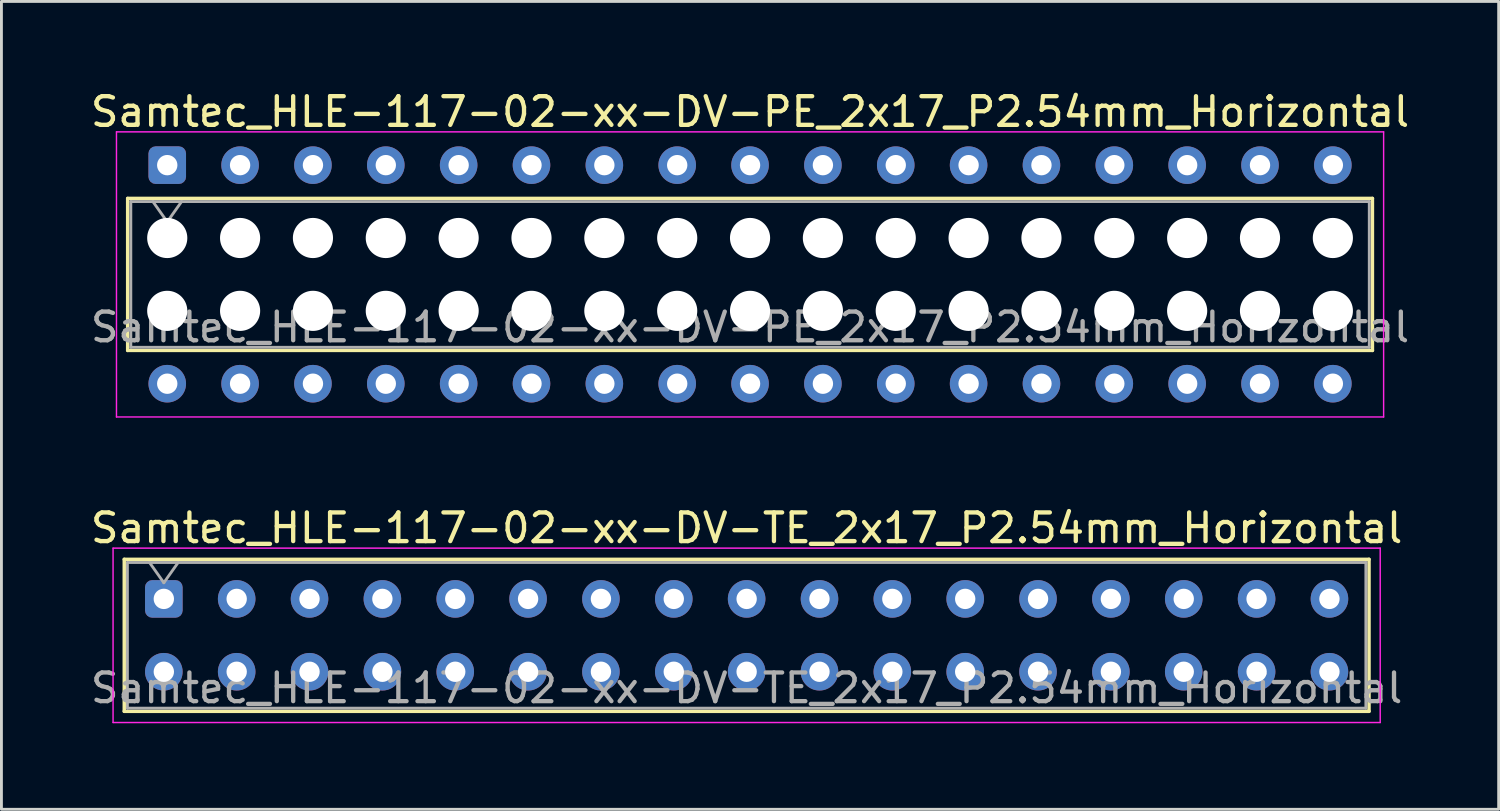
<source format=kicad_pcb>
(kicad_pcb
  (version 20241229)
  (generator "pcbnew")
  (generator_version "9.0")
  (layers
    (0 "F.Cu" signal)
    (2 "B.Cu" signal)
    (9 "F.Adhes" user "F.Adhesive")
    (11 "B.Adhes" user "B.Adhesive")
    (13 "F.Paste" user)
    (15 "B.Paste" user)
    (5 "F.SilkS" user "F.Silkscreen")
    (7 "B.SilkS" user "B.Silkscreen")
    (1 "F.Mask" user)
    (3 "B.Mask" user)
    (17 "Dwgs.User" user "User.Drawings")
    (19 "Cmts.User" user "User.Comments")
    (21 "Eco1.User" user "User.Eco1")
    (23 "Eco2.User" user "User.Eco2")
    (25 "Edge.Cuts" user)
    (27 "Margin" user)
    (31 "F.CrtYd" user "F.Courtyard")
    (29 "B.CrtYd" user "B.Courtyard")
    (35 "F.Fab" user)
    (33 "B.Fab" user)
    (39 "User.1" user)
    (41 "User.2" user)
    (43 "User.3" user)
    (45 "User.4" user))
  (footprint "Samtec_HLE-117-02-xx-DV-TE_2x17_P2.54mm_Horizontal"
    (layer "F.Cu")
    (at 2.662 17.831)
    (property "Reference" "Samtec_HLE-117-02-xx-DV-TE_2x17_P2.54mm_Horizontal" (at 20.32 -2.47 0) (layer "F.SilkS") (effects (font (size 1 1) (thickness 0.15))))
    (attr through_hole)
    (fp_line (start -1.38 -1.38) (end 42.02 -1.38) (stroke (width 0.12) (type solid)) (layer "F.SilkS"))
    (fp_line (start -1.38 3.92) (end -1.38 -1.38) (stroke (width 0.12) (type solid)) (layer "F.SilkS"))
    (fp_line (start 42.02 -1.38) (end 42.02 3.92) (stroke (width 0.12) (type solid)) (layer "F.SilkS"))
    (fp_line (start 42.02 3.92) (end -1.38 3.92) (stroke (width 0.12) (type solid)) (layer "F.SilkS"))
    (fp_line (start -1.77 -1.77) (end 42.41 -1.77) (stroke (width 0.05) (type solid)) (layer "F.CrtYd"))
    (fp_line (start -1.77 4.31) (end -1.77 -1.77) (stroke (width 0.05) (type solid)) (layer "F.CrtYd"))
    (fp_line (start 42.41 -1.77) (end 42.41 4.31) (stroke (width 0.05) (type solid)) (layer "F.CrtYd"))
    (fp_line (start 42.41 4.31) (end -1.77 4.31) (stroke (width 0.05) (type solid)) (layer "F.CrtYd"))
    (fp_line (start -1.27 -1.27) (end 41.91 -1.27) (stroke (width 0.1) (type solid)) (layer "F.Fab"))
    (fp_line (start -1.27 3.81) (end -1.27 -1.27) (stroke (width 0.1) (type solid)) (layer "F.Fab"))
    (fp_line (start -0.5 -1.27) (end 0 -0.563) (stroke (width 0.1) (type solid)) (layer "F.Fab"))
    (fp_line (start 0 -0.563) (end 0.5 -1.27) (stroke (width 0.1) (type solid)) (layer "F.Fab"))
    (fp_line (start 41.91 -1.27) (end 41.91 3.81) (stroke (width 0.1) (type solid)) (layer "F.Fab"))
    (fp_line (start 41.91 3.81) (end -1.27 3.81) (stroke (width 0.1) (type solid)) (layer "F.Fab"))
    (fp_text user "${REFERENCE}" (at 20.32 3.11 0) (layer "F.Fab") (effects (font (size 1 1) (thickness 0.15))))
    (pad "1" thru_hole roundrect (at 0 0) (size 1.31 1.31) (drill 0.71) (layers "*.Cu" "*.Mask") (roundrect_rratio 0.191))
    (pad "2" thru_hole circle (at 0 2.54) (size 1.31 1.31) (drill 0.71) (layers "*.Cu" "*.Mask"))
    (pad "3" thru_hole circle (at 2.54 0) (size 1.31 1.31) (drill 0.71) (layers "*.Cu" "*.Mask"))
    (pad "4" thru_hole circle (at 2.54 2.54) (size 1.31 1.31) (drill 0.71) (layers "*.Cu" "*.Mask"))
    (pad "5" thru_hole circle (at 5.08 0) (size 1.31 1.31) (drill 0.71) (layers "*.Cu" "*.Mask"))
    (pad "6" thru_hole circle (at 5.08 2.54) (size 1.31 1.31) (drill 0.71) (layers "*.Cu" "*.Mask"))
    (pad "7" thru_hole circle (at 7.62 0) (size 1.31 1.31) (drill 0.71) (layers "*.Cu" "*.Mask"))
    (pad "8" thru_hole circle (at 7.62 2.54) (size 1.31 1.31) (drill 0.71) (layers "*.Cu" "*.Mask"))
    (pad "9" thru_hole circle (at 10.16 0) (size 1.31 1.31) (drill 0.71) (layers "*.Cu" "*.Mask"))
    (pad "10" thru_hole circle (at 10.16 2.54) (size 1.31 1.31) (drill 0.71) (layers "*.Cu" "*.Mask"))
    (pad "11" thru_hole circle (at 12.7 0) (size 1.31 1.31) (drill 0.71) (layers "*.Cu" "*.Mask"))
    (pad "12" thru_hole circle (at 12.7 2.54) (size 1.31 1.31) (drill 0.71) (layers "*.Cu" "*.Mask"))
    (pad "13" thru_hole circle (at 15.24 0) (size 1.31 1.31) (drill 0.71) (layers "*.Cu" "*.Mask"))
    (pad "14" thru_hole circle (at 15.24 2.54) (size 1.31 1.31) (drill 0.71) (layers "*.Cu" "*.Mask"))
    (pad "15" thru_hole circle (at 17.78 0) (size 1.31 1.31) (drill 0.71) (layers "*.Cu" "*.Mask"))
    (pad "16" thru_hole circle (at 17.78 2.54) (size 1.31 1.31) (drill 0.71) (layers "*.Cu" "*.Mask"))
    (pad "17" thru_hole circle (at 20.32 0) (size 1.31 1.31) (drill 0.71) (layers "*.Cu" "*.Mask"))
    (pad "18" thru_hole circle (at 20.32 2.54) (size 1.31 1.31) (drill 0.71) (layers "*.Cu" "*.Mask"))
    (pad "19" thru_hole circle (at 22.86 0) (size 1.31 1.31) (drill 0.71) (layers "*.Cu" "*.Mask"))
    (pad "20" thru_hole circle (at 22.86 2.54) (size 1.31 1.31) (drill 0.71) (layers "*.Cu" "*.Mask"))
    (pad "21" thru_hole circle (at 25.4 0) (size 1.31 1.31) (drill 0.71) (layers "*.Cu" "*.Mask"))
    (pad "22" thru_hole circle (at 25.4 2.54) (size 1.31 1.31) (drill 0.71) (layers "*.Cu" "*.Mask"))
    (pad "23" thru_hole circle (at 27.94 0) (size 1.31 1.31) (drill 0.71) (layers "*.Cu" "*.Mask"))
    (pad "24" thru_hole circle (at 27.94 2.54) (size 1.31 1.31) (drill 0.71) (layers "*.Cu" "*.Mask"))
    (pad "25" thru_hole circle (at 30.48 0) (size 1.31 1.31) (drill 0.71) (layers "*.Cu" "*.Mask"))
    (pad "26" thru_hole circle (at 30.48 2.54) (size 1.31 1.31) (drill 0.71) (layers "*.Cu" "*.Mask"))
    (pad "27" thru_hole circle (at 33.02 0) (size 1.31 1.31) (drill 0.71) (layers "*.Cu" "*.Mask"))
    (pad "28" thru_hole circle (at 33.02 2.54) (size 1.31 1.31) (drill 0.71) (layers "*.Cu" "*.Mask"))
    (pad "29" thru_hole circle (at 35.56 0) (size 1.31 1.31) (drill 0.71) (layers "*.Cu" "*.Mask"))
    (pad "30" thru_hole circle (at 35.56 2.54) (size 1.31 1.31) (drill 0.71) (layers "*.Cu" "*.Mask"))
    (pad "31" thru_hole circle (at 38.1 0) (size 1.31 1.31) (drill 0.71) (layers "*.Cu" "*.Mask"))
    (pad "32" thru_hole circle (at 38.1 2.54) (size 1.31 1.31) (drill 0.71) (layers "*.Cu" "*.Mask"))
    (pad "33" thru_hole circle (at 40.64 0) (size 1.31 1.31) (drill 0.71) (layers "*.Cu" "*.Mask"))
    (pad "34" thru_hole circle (at 40.64 2.54) (size 1.31 1.31) (drill 0.71) (layers "*.Cu" "*.Mask")))
  (footprint "Samtec_HLE-117-02-xx-DV-PE_2x17_P2.54mm_Horizontal"
    (layer "F.Cu")
    (at 2.781 2.708)
    (property "Reference" "Samtec_HLE-117-02-xx-DV-PE_2x17_P2.54mm_Horizontal" (at 20.32 -1.86 0) (layer "F.SilkS") (effects (font (size 1 1) (thickness 0.15))))
    (attr through_hole)
    (fp_line (start -1.38 1.16) (end 42.02 1.16) (stroke (width 0.12) (type solid)) (layer "F.SilkS"))
    (fp_line (start -1.38 6.46) (end -1.38 1.16) (stroke (width 0.12) (type solid)) (layer "F.SilkS"))
    (fp_line (start 42.02 1.16) (end 42.02 6.46) (stroke (width 0.12) (type solid)) (layer "F.SilkS"))
    (fp_line (start 42.02 6.46) (end -1.38 6.46) (stroke (width 0.12) (type solid)) (layer "F.SilkS"))
    (fp_line (start -1.77 -1.16) (end 42.41 -1.16) (stroke (width 0.05) (type solid)) (layer "F.CrtYd"))
    (fp_line (start -1.77 8.78) (end -1.77 -1.16) (stroke (width 0.05) (type solid)) (layer "F.CrtYd"))
    (fp_line (start 42.41 -1.16) (end 42.41 8.78) (stroke (width 0.05) (type solid)) (layer "F.CrtYd"))
    (fp_line (start 42.41 8.78) (end -1.77 8.78) (stroke (width 0.05) (type solid)) (layer "F.CrtYd"))
    (fp_line (start -1.27 1.27) (end 41.91 1.27) (stroke (width 0.1) (type solid)) (layer "F.Fab"))
    (fp_line (start -1.27 6.35) (end -1.27 1.27) (stroke (width 0.1) (type solid)) (layer "F.Fab"))
    (fp_line (start -0.5 1.27) (end 0 1.977) (stroke (width 0.1) (type solid)) (layer "F.Fab"))
    (fp_line (start 0 1.977) (end 0.5 1.27) (stroke (width 0.1) (type solid)) (layer "F.Fab"))
    (fp_line (start 41.91 1.27) (end 41.91 6.35) (stroke (width 0.1) (type solid)) (layer "F.Fab"))
    (fp_line (start 41.91 6.35) (end -1.27 6.35) (stroke (width 0.1) (type solid)) (layer "F.Fab"))
    (fp_text user "${REFERENCE}" (at 20.32 5.65 0) (layer "F.Fab") (effects (font (size 1 1) (thickness 0.15))))
    (pad "" np_thru_hole circle (at 0 2.54) (size 1.4 1.4) (drill 1.4) (layers "*.Cu" "*.Mask"))
    (pad "" np_thru_hole circle (at 0 5.08) (size 1.4 1.4) (drill 1.4) (layers "*.Cu" "*.Mask"))
    (pad "" np_thru_hole circle (at 2.54 2.54) (size 1.4 1.4) (drill 1.4) (layers "*.Cu" "*.Mask"))
    (pad "" np_thru_hole circle (at 2.54 5.08) (size 1.4 1.4) (drill 1.4) (layers "*.Cu" "*.Mask"))
    (pad "" np_thru_hole circle (at 5.08 2.54) (size 1.4 1.4) (drill 1.4) (layers "*.Cu" "*.Mask"))
    (pad "" np_thru_hole circle (at 5.08 5.08) (size 1.4 1.4) (drill 1.4) (layers "*.Cu" "*.Mask"))
    (pad "" np_thru_hole circle (at 7.62 2.54) (size 1.4 1.4) (drill 1.4) (layers "*.Cu" "*.Mask"))
    (pad "" np_thru_hole circle (at 7.62 5.08) (size 1.4 1.4) (drill 1.4) (layers "*.Cu" "*.Mask"))
    (pad "" np_thru_hole circle (at 10.16 2.54) (size 1.4 1.4) (drill 1.4) (layers "*.Cu" "*.Mask"))
    (pad "" np_thru_hole circle (at 10.16 5.08) (size 1.4 1.4) (drill 1.4) (layers "*.Cu" "*.Mask"))
    (pad "" np_thru_hole circle (at 12.7 2.54) (size 1.4 1.4) (drill 1.4) (layers "*.Cu" "*.Mask"))
    (pad "" np_thru_hole circle (at 12.7 5.08) (size 1.4 1.4) (drill 1.4) (layers "*.Cu" "*.Mask"))
    (pad "" np_thru_hole circle (at 15.24 2.54) (size 1.4 1.4) (drill 1.4) (layers "*.Cu" "*.Mask"))
    (pad "" np_thru_hole circle (at 15.24 5.08) (size 1.4 1.4) (drill 1.4) (layers "*.Cu" "*.Mask"))
    (pad "" np_thru_hole circle (at 17.78 2.54) (size 1.4 1.4) (drill 1.4) (layers "*.Cu" "*.Mask"))
    (pad "" np_thru_hole circle (at 17.78 5.08) (size 1.4 1.4) (drill 1.4) (layers "*.Cu" "*.Mask"))
    (pad "" np_thru_hole circle (at 20.32 2.54) (size 1.4 1.4) (drill 1.4) (layers "*.Cu" "*.Mask"))
    (pad "" np_thru_hole circle (at 20.32 5.08) (size 1.4 1.4) (drill 1.4) (layers "*.Cu" "*.Mask"))
    (pad "" np_thru_hole circle (at 22.86 2.54) (size 1.4 1.4) (drill 1.4) (layers "*.Cu" "*.Mask"))
    (pad "" np_thru_hole circle (at 22.86 5.08) (size 1.4 1.4) (drill 1.4) (layers "*.Cu" "*.Mask"))
    (pad "" np_thru_hole circle (at 25.4 2.54) (size 1.4 1.4) (drill 1.4) (layers "*.Cu" "*.Mask"))
    (pad "" np_thru_hole circle (at 25.4 5.08) (size 1.4 1.4) (drill 1.4) (layers "*.Cu" "*.Mask"))
    (pad "" np_thru_hole circle (at 27.94 2.54) (size 1.4 1.4) (drill 1.4) (layers "*.Cu" "*.Mask"))
    (pad "" np_thru_hole circle (at 27.94 5.08) (size 1.4 1.4) (drill 1.4) (layers "*.Cu" "*.Mask"))
    (pad "" np_thru_hole circle (at 30.48 2.54) (size 1.4 1.4) (drill 1.4) (layers "*.Cu" "*.Mask"))
    (pad "" np_thru_hole circle (at 30.48 5.08) (size 1.4 1.4) (drill 1.4) (layers "*.Cu" "*.Mask"))
    (pad "" np_thru_hole circle (at 33.02 2.54) (size 1.4 1.4) (drill 1.4) (layers "*.Cu" "*.Mask"))
    (pad "" np_thru_hole circle (at 33.02 5.08) (size 1.4 1.4) (drill 1.4) (layers "*.Cu" "*.Mask"))
    (pad "" np_thru_hole circle (at 35.56 2.54) (size 1.4 1.4) (drill 1.4) (layers "*.Cu" "*.Mask"))
    (pad "" np_thru_hole circle (at 35.56 5.08) (size 1.4 1.4) (drill 1.4) (layers "*.Cu" "*.Mask"))
    (pad "" np_thru_hole circle (at 38.1 2.54) (size 1.4 1.4) (drill 1.4) (layers "*.Cu" "*.Mask"))
    (pad "" np_thru_hole circle (at 38.1 5.08) (size 1.4 1.4) (drill 1.4) (layers "*.Cu" "*.Mask"))
    (pad "" np_thru_hole circle (at 40.64 2.54) (size 1.4 1.4) (drill 1.4) (layers "*.Cu" "*.Mask"))
    (pad "" np_thru_hole circle (at 40.64 5.08) (size 1.4 1.4) (drill 1.4) (layers "*.Cu" "*.Mask"))
    (pad "1" thru_hole roundrect (at 0 0) (size 1.31 1.31) (drill 0.71) (layers "*.Cu" "*.Mask") (roundrect_rratio 0.191))
    (pad "2" thru_hole circle (at 0 7.62) (size 1.31 1.31) (drill 0.71) (layers "*.Cu" "*.Mask"))
    (pad "3" thru_hole circle (at 2.54 0) (size 1.31 1.31) (drill 0.71) (layers "*.Cu" "*.Mask"))
    (pad "4" thru_hole circle (at 2.54 7.62) (size 1.31 1.31) (drill 0.71) (layers "*.Cu" "*.Mask"))
    (pad "5" thru_hole circle (at 5.08 0) (size 1.31 1.31) (drill 0.71) (layers "*.Cu" "*.Mask"))
    (pad "6" thru_hole circle (at 5.08 7.62) (size 1.31 1.31) (drill 0.71) (layers "*.Cu" "*.Mask"))
    (pad "7" thru_hole circle (at 7.62 0) (size 1.31 1.31) (drill 0.71) (layers "*.Cu" "*.Mask"))
    (pad "8" thru_hole circle (at 7.62 7.62) (size 1.31 1.31) (drill 0.71) (layers "*.Cu" "*.Mask"))
    (pad "9" thru_hole circle (at 10.16 0) (size 1.31 1.31) (drill 0.71) (layers "*.Cu" "*.Mask"))
    (pad "10" thru_hole circle (at 10.16 7.62) (size 1.31 1.31) (drill 0.71) (layers "*.Cu" "*.Mask"))
    (pad "11" thru_hole circle (at 12.7 0) (size 1.31 1.31) (drill 0.71) (layers "*.Cu" "*.Mask"))
    (pad "12" thru_hole circle (at 12.7 7.62) (size 1.31 1.31) (drill 0.71) (layers "*.Cu" "*.Mask"))
    (pad "13" thru_hole circle (at 15.24 0) (size 1.31 1.31) (drill 0.71) (layers "*.Cu" "*.Mask"))
    (pad "14" thru_hole circle (at 15.24 7.62) (size 1.31 1.31) (drill 0.71) (layers "*.Cu" "*.Mask"))
    (pad "15" thru_hole circle (at 17.78 0) (size 1.31 1.31) (drill 0.71) (layers "*.Cu" "*.Mask"))
    (pad "16" thru_hole circle (at 17.78 7.62) (size 1.31 1.31) (drill 0.71) (layers "*.Cu" "*.Mask"))
    (pad "17" thru_hole circle (at 20.32 0) (size 1.31 1.31) (drill 0.71) (layers "*.Cu" "*.Mask"))
    (pad "18" thru_hole circle (at 20.32 7.62) (size 1.31 1.31) (drill 0.71) (layers "*.Cu" "*.Mask"))
    (pad "19" thru_hole circle (at 22.86 0) (size 1.31 1.31) (drill 0.71) (layers "*.Cu" "*.Mask"))
    (pad "20" thru_hole circle (at 22.86 7.62) (size 1.31 1.31) (drill 0.71) (layers "*.Cu" "*.Mask"))
    (pad "21" thru_hole circle (at 25.4 0) (size 1.31 1.31) (drill 0.71) (layers "*.Cu" "*.Mask"))
    (pad "22" thru_hole circle (at 25.4 7.62) (size 1.31 1.31) (drill 0.71) (layers "*.Cu" "*.Mask"))
    (pad "23" thru_hole circle (at 27.94 0) (size 1.31 1.31) (drill 0.71) (layers "*.Cu" "*.Mask"))
    (pad "24" thru_hole circle (at 27.94 7.62) (size 1.31 1.31) (drill 0.71) (layers "*.Cu" "*.Mask"))
    (pad "25" thru_hole circle (at 30.48 0) (size 1.31 1.31) (drill 0.71) (layers "*.Cu" "*.Mask"))
    (pad "26" thru_hole circle (at 30.48 7.62) (size 1.31 1.31) (drill 0.71) (layers "*.Cu" "*.Mask"))
    (pad "27" thru_hole circle (at 33.02 0) (size 1.31 1.31) (drill 0.71) (layers "*.Cu" "*.Mask"))
    (pad "28" thru_hole circle (at 33.02 7.62) (size 1.31 1.31) (drill 0.71) (layers "*.Cu" "*.Mask"))
    (pad "29" thru_hole circle (at 35.56 0) (size 1.31 1.31) (drill 0.71) (layers "*.Cu" "*.Mask"))
    (pad "30" thru_hole circle (at 35.56 7.62) (size 1.31 1.31) (drill 0.71) (layers "*.Cu" "*.Mask"))
    (pad "31" thru_hole circle (at 38.1 0) (size 1.31 1.31) (drill 0.71) (layers "*.Cu" "*.Mask"))
    (pad "32" thru_hole circle (at 38.1 7.62) (size 1.31 1.31) (drill 0.71) (layers "*.Cu" "*.Mask"))
    (pad "33" thru_hole circle (at 40.64 0) (size 1.31 1.31) (drill 0.71) (layers "*.Cu" "*.Mask"))
    (pad "34" thru_hole circle (at 40.64 7.62) (size 1.31 1.31) (drill 0.71) (layers "*.Cu" "*.Mask")))
  (gr_rect
    (start -3 -3)
    (end 49.202 25.166)
    (stroke (width 0.1) (type default))
    (fill no)
    (layer "Edge.Cuts")))
</source>
